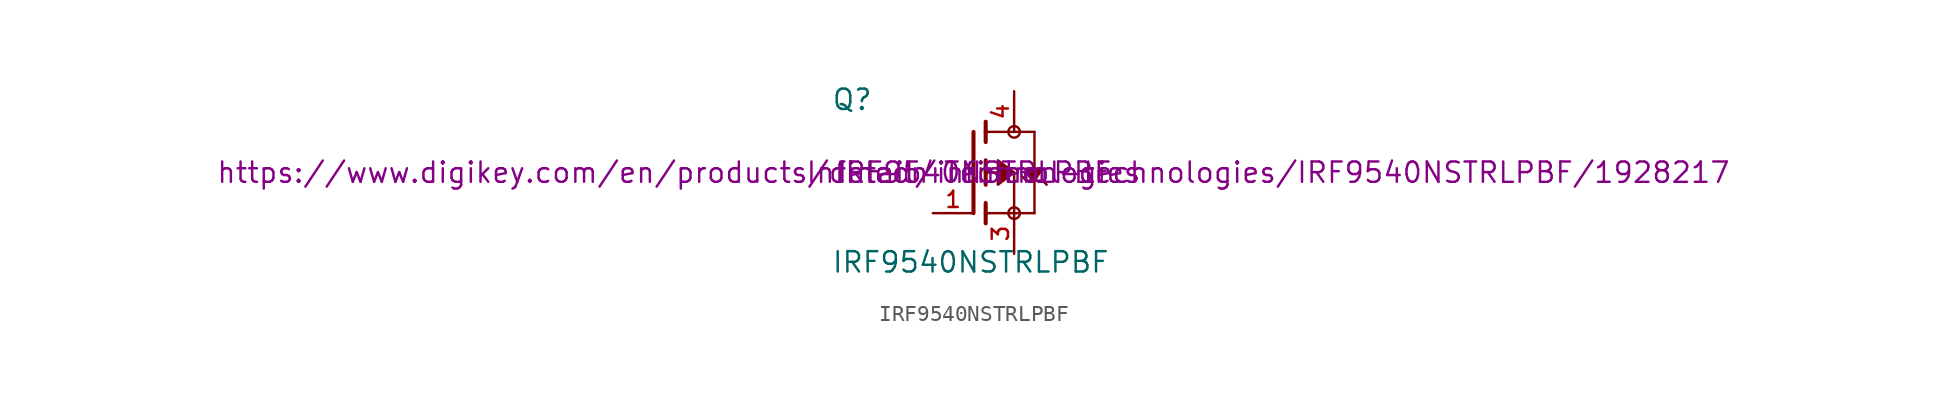
<source format=kicad_sym>
(kicad_symbol_lib
  (version 20231120)
  (generator "kicad_symbol_editor")
  (generator_version "8.0")
  (symbol "IRF9540NSTRLPBF"
    (pin_names
      (offset 1.016) hide)
    (property "Reference" "Q"
      (at -8.89 3.81 0)
      (effects (font (size 1.27 1.27)) (justify left bottom)))
    (property "Value" "IRF9540NSTRLPBF"
      (at -8.89 -6.35 0)
      (effects (font (size 1.27 1.27)) (justify left bottom)))
    (property "Digikey" "https://www.digikey.com/en/products/detail/infineon-technologies/IRF9540NSTRLPBF/1928217"
      (at 0 0 0)
      (effects (font (size 1.27 1.27))))
    (property "MPN" "IRF9540NSTRLPBF"
      (at 0 0 0)
      (effects (font (size 1.27 1.27))))
    (property "Mfgr" "Infineon Technologies"
      (at 0 0 0)
      (effects (font (size 1.27 1.27))))
    (symbol "IRF9540NSTRLPBF_0_0"
      (polyline (pts (xy 0 -2.54) (xy 0 2.54)) (stroke (width 0.254) (type default)) (fill (type none)))
      (polyline (pts (xy 0.762 -3.175) (xy 0.762 -2.54)) (stroke (width 0.254) (type default)) (fill (type none)))
      (polyline (pts (xy 0.762 -2.54) (xy 0.762 -1.905)) (stroke (width 0.254) (type default)) (fill (type none)))
      (polyline (pts (xy 0.762 -0.762) (xy 0.762 0)) (stroke (width 0.254) (type default)) (fill (type none)))
      (polyline (pts (xy 0.762 0) (xy 0.762 0.762)) (stroke (width 0.254) (type default)) (fill (type none)))
      (polyline (pts (xy 0.762 0) (xy 2.54 0)) (stroke (width 0.152) (type default)) (fill (type none)))
      (polyline (pts (xy 0.762 1.905) (xy 0.762 2.54)) (stroke (width 0.254) (type default)) (fill (type none)))
      (polyline (pts (xy 0.762 2.54) (xy 0.762 3.175)) (stroke (width 0.254) (type default)) (fill (type none)))
      (polyline (pts (xy 2.54 -2.54) (xy 0.762 -2.54)) (stroke (width 0.152) (type default)) (fill (type none)))
      (polyline (pts (xy 2.54 -2.54) (xy 2.54 0)) (stroke (width 0.152) (type default)) (fill (type none)))
      (polyline (pts (xy 2.54 -2.54) (xy 3.81 -2.54)) (stroke (width 0.152) (type default)) (fill (type none)))
      (polyline (pts (xy 2.54 2.54) (xy 0.762 2.54)) (stroke (width 0.152) (type default)) (fill (type none)))
      (polyline (pts (xy 2.54 2.54) (xy 3.81 2.54)) (stroke (width 0.152) (type default)) (fill (type none)))
      (polyline (pts (xy 3.302 -0.508) (xy 3.048 -0.254)) (stroke (width 0.152) (type default)) (fill (type none)))
      (polyline (pts (xy 3.81 -0.508) (xy 3.302 -0.508)) (stroke (width 0.152) (type default)) (fill (type none)))
      (polyline (pts (xy 3.81 -0.508) (xy 3.81 -2.54)) (stroke (width 0.152) (type default)) (fill (type none)))
      (polyline (pts (xy 3.81 2.54) (xy 3.81 -0.508)) (stroke (width 0.152) (type default)) (fill (type none)))
      (polyline (pts (xy 4.318 -0.508) (xy 3.81 -0.508)) (stroke (width 0.152) (type default)) (fill (type none)))
      (polyline (pts (xy 4.572 -0.762) (xy 4.318 -0.508)) (stroke (width 0.152) (type default)) (fill (type none)))
      (polyline (pts (xy 2.54 0) (xy 1.524 0.762) (xy 1.524 -0.762) (xy 2.54 0)) (stroke (width 0.152) (type default)) (fill (type outline)))
      (polyline (pts (xy 3.81 -0.508) (xy 3.302 0.254) (xy 4.318 0.254) (xy 3.81 -0.508)) (stroke (width 0.152) (type default)) (fill (type outline)))
      (circle (center 2.54 -2.54) (radius 0.359) (stroke (width 0) (type default)) (fill (type none)))
      (circle (center 2.54 2.54) (radius 0.359) (stroke (width 0) (type default)) (fill (type none))))
    (symbol "IRF9540NSTRLPBF_1_0"
      (pin passive line (at -2.54 -2.54 0) (length 2.54) (name "G" (effects (font (size 1.016 1.016)))) (number "1" (effects (font (size 1.016 1.016)))))
      (pin passive line (at 2.54 -5.08 90) (length 2.54) (name "S" (effects (font (size 1.016 1.016)))) (number "3" (effects (font (size 1.016 1.016)))))
      (pin passive line (at 2.54 5.08 270) (length 2.54) (name "D" (effects (font (size 1.016 1.016)))) (number "4" (effects (font (size 1.016 1.016))))))))
</source>
